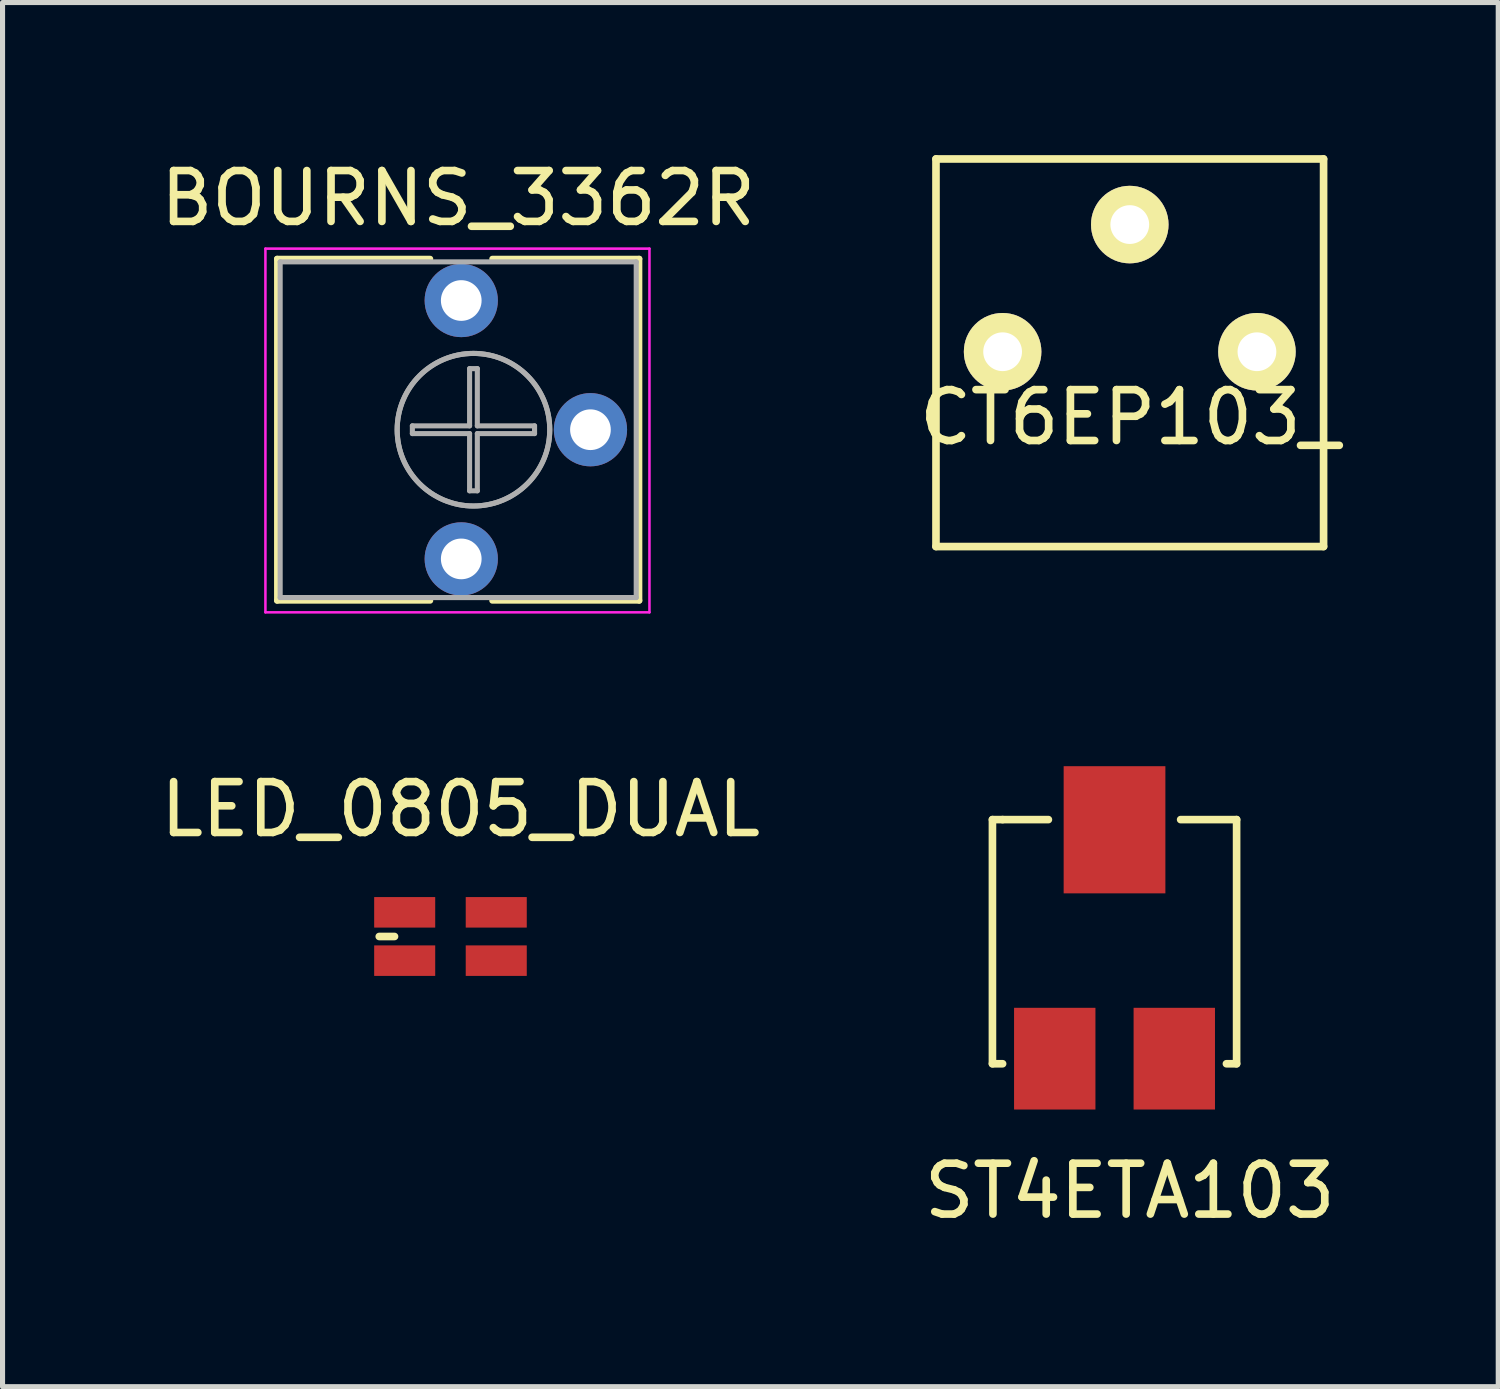
<source format=kicad_pcb>
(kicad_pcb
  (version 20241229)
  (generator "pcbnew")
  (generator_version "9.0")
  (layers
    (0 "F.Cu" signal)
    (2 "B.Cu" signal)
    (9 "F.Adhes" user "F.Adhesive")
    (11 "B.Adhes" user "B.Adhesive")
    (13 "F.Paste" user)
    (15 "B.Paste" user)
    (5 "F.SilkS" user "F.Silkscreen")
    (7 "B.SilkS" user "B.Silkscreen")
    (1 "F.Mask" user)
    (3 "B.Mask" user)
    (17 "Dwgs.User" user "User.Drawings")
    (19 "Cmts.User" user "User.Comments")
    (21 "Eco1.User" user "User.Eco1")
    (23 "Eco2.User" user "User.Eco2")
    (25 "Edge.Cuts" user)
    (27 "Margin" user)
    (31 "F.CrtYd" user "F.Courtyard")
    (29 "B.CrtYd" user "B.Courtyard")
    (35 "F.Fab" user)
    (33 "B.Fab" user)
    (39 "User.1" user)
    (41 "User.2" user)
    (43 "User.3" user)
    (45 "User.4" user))
  (footprint "BOURNS_3362R"
    (layer "F.Cu")
    (at 6.018 7.938)
    (property "Reference" "BOURNS_3362R" (at -0.06 -7.09 0) (layer "F.SilkS") (effects (font (size 1 1) (thickness 0.15))))
    (attr through_hole)
    (fp_line (start -3.62 -5.9) (end -3.62 0.82) (stroke (width 0.12) (type solid)) (layer "F.SilkS"))
    (fp_line (start -3.62 -5.9) (end -0.611 -5.9) (stroke (width 0.12) (type solid)) (layer "F.SilkS"))
    (fp_line (start -3.62 0.82) (end -0.611 0.82) (stroke (width 0.12) (type solid)) (layer "F.SilkS"))
    (fp_line (start 0.611 -5.9) (end 3.5 -5.9) (stroke (width 0.12) (type solid)) (layer "F.SilkS"))
    (fp_line (start 0.611 0.82) (end 3.5 0.82) (stroke (width 0.12) (type solid)) (layer "F.SilkS"))
    (fp_line (start 3.5 -5.9) (end 3.5 0.82) (stroke (width 0.12) (type solid)) (layer "F.SilkS"))
    (fp_line (start -3.85 -6.1) (end -3.85 1.05) (stroke (width 0.05) (type solid)) (layer "F.CrtYd"))
    (fp_line (start -3.85 1.05) (end 3.7 1.05) (stroke (width 0.05) (type solid)) (layer "F.CrtYd"))
    (fp_line (start 3.7 -6.1) (end -3.85 -6.1) (stroke (width 0.05) (type solid)) (layer "F.CrtYd"))
    (fp_line (start 3.7 1.05) (end 3.7 -6.1) (stroke (width 0.05) (type solid)) (layer "F.CrtYd"))
    (fp_line (start -3.56 -5.84) (end -3.56 0.76) (stroke (width 0.1) (type solid)) (layer "F.Fab"))
    (fp_line (start -3.56 0.76) (end 3.44 0.76) (stroke (width 0.1) (type solid)) (layer "F.Fab"))
    (fp_line (start -0.961 -2.616) (end 0.164 -2.616) (stroke (width 0.1) (type solid)) (layer "F.Fab"))
    (fp_line (start -0.961 -2.464) (end -0.961 -2.616) (stroke (width 0.1) (type solid)) (layer "F.Fab"))
    (fp_line (start 0.164 -3.741) (end 0.316 -3.741) (stroke (width 0.1) (type solid)) (layer "F.Fab"))
    (fp_line (start 0.164 -2.616) (end 0.164 -3.741) (stroke (width 0.1) (type solid)) (layer "F.Fab"))
    (fp_line (start 0.164 -2.464) (end -0.961 -2.464) (stroke (width 0.1) (type solid)) (layer "F.Fab"))
    (fp_line (start 0.164 -1.339) (end 0.164 -2.464) (stroke (width 0.1) (type solid)) (layer "F.Fab"))
    (fp_line (start 0.316 -3.741) (end 0.316 -2.616) (stroke (width 0.1) (type solid)) (layer "F.Fab"))
    (fp_line (start 0.316 -2.616) (end 1.441 -2.616) (stroke (width 0.1) (type solid)) (layer "F.Fab"))
    (fp_line (start 0.316 -2.464) (end 0.316 -1.339) (stroke (width 0.1) (type solid)) (layer "F.Fab"))
    (fp_line (start 0.316 -1.339) (end 0.164 -1.339) (stroke (width 0.1) (type solid)) (layer "F.Fab"))
    (fp_line (start 1.441 -2.616) (end 1.441 -2.464) (stroke (width 0.1) (type solid)) (layer "F.Fab"))
    (fp_line (start 1.441 -2.464) (end 0.316 -2.464) (stroke (width 0.1) (type solid)) (layer "F.Fab"))
    (fp_line (start 3.44 -5.84) (end -3.56 -5.84) (stroke (width 0.1) (type solid)) (layer "F.Fab"))
    (fp_line (start 3.44 0.76) (end 3.44 -5.84) (stroke (width 0.1) (type solid)) (layer "F.Fab"))
    (fp_circle (center 0.24 -2.54) (end 1.74 -2.54) (stroke (width 0.1) (type solid)) (fill no) (layer "F.Fab"))
    (fp_circle (center 0.24 -2.54) (end 1.74 -2.54) (stroke (width 0.1) (type solid)) (fill no) (layer "F.Fab"))
    (pad "1" thru_hole circle (at 0 0) (size 1.44 1.44) (drill 0.8) (layers "*.Cu" "*.Mask"))
    (pad "2" thru_hole circle (at 2.54 -2.54) (size 1.44 1.44) (drill 0.8) (layers "*.Cu" "*.Mask"))
    (pad "3" thru_hole circle (at 0 -5.08) (size 1.44 1.44) (drill 0.8) (layers "*.Cu" "*.Mask")))
  (footprint "ST4ETA103"
    (layer "F.Cu")
    (at 18.861 15.263)
    (property "Reference" "ST4ETA103" (at 0.3 5.1 0) (layer "F.SilkS") (effects (font (size 1 1) (thickness 0.15))))
    (attr through_hole)
    (fp_line (start -2.4 -2.2) (end -2.4 2.6) (stroke (width 0.15) (type solid)) (layer "F.SilkS"))
    (fp_line (start -2.4 2.6) (end -2.2 2.6) (stroke (width 0.15) (type solid)) (layer "F.SilkS"))
    (fp_line (start -2.2 -2.2) (end -2.4 -2.2) (stroke (width 0.15) (type solid)) (layer "F.SilkS"))
    (fp_line (start -1.3 -2.2) (end -2.2 -2.2) (stroke (width 0.15) (type solid)) (layer "F.SilkS"))
    (fp_line (start 1.3 -2.2) (end 2.4 -2.2) (stroke (width 0.15) (type solid)) (layer "F.SilkS"))
    (fp_line (start 2.4 -2.2) (end 2.4 2.6) (stroke (width 0.15) (type solid)) (layer "F.SilkS"))
    (fp_line (start 2.4 2.6) (end 2.2 2.6) (stroke (width 0.15) (type solid)) (layer "F.SilkS"))
    (pad "1" smd rect (at 0 -2) (size 2 2.5) (layers "F.Cu" "F.Mask" "F.Paste"))
    (pad "2" smd rect (at -1.175 2.5) (size 1.6 2) (layers "F.Cu" "F.Mask" "F.Paste"))
    (pad "3" smd rect (at 1.175 2.5) (size 1.6 2) (layers "F.Cu" "F.Mask" "F.Paste")))
  (footprint "LED_0805_DUAL"
    (layer "F.Cu")
    (at 5.806 15.361)
    (property "Reference" "LED_0805_DUAL" (at 0.2 -2.5 0) (layer "F.SilkS") (effects (font (size 1 1) (thickness 0.15))))
    (attr through_hole)
    (fp_line (start -1.4 0) (end -1.1 0) (stroke (width 0.15) (type solid)) (layer "F.SilkS"))
    (pad "1" smd rect (at 0.9 -0.475) (size 1.2 0.6) (layers "F.Cu" "F.Mask" "F.Paste"))
    (pad "2" smd rect (at -0.9 -0.475) (size 1.2 0.6) (layers "F.Cu" "F.Mask" "F.Paste"))
    (pad "3" smd rect (at -0.9 0.475) (size 1.2 0.6) (layers "F.Cu" "F.Mask" "F.Paste"))
    (pad "4" smd rect (at 0.9 0.475) (size 1.2 0.6) (layers "F.Cu" "F.Mask" "F.Paste")))
  (footprint "CT6EP103_"
    (layer "F.Cu")
    (at 19.161 2.615)
    (property "Reference" "CT6EP103_" (at 0 2.54 0) (layer "F.SilkS") (effects (font (size 1 1) (thickness 0.15))))
    (attr through_hole)
    (fp_line (start -3.81 -2.54) (end 3.81 -2.54) (stroke (width 0.15) (type solid)) (layer "F.SilkS"))
    (fp_line (start -3.81 5.08) (end -3.81 -2.54) (stroke (width 0.15) (type solid)) (layer "F.SilkS"))
    (fp_line (start 3.81 -2.54) (end 3.81 5.08) (stroke (width 0.15) (type solid)) (layer "F.SilkS"))
    (fp_line (start 3.81 5.08) (end -3.81 5.08) (stroke (width 0.15) (type solid)) (layer "F.SilkS"))
    (pad "1" thru_hole circle (at 0 -1.25) (size 1.524 1.524) (drill 0.762) (layers "*.Cu" "*.Mask" "F.SilkS"))
    (pad "2" thru_hole circle (at -2.5 1.25) (size 1.524 1.524) (drill 0.762) (layers "*.Cu" "*.Mask" "F.SilkS"))
    (pad "3" thru_hole circle (at 2.5 1.25) (size 1.524 1.524) (drill 0.762) (layers "*.Cu" "*.Mask" "F.SilkS")))
  (gr_rect
    (start -3 -3)
    (end 26.405 24.212)
    (stroke (width 0.1) (type default))
    (fill no)
    (layer "Edge.Cuts")))
</source>
